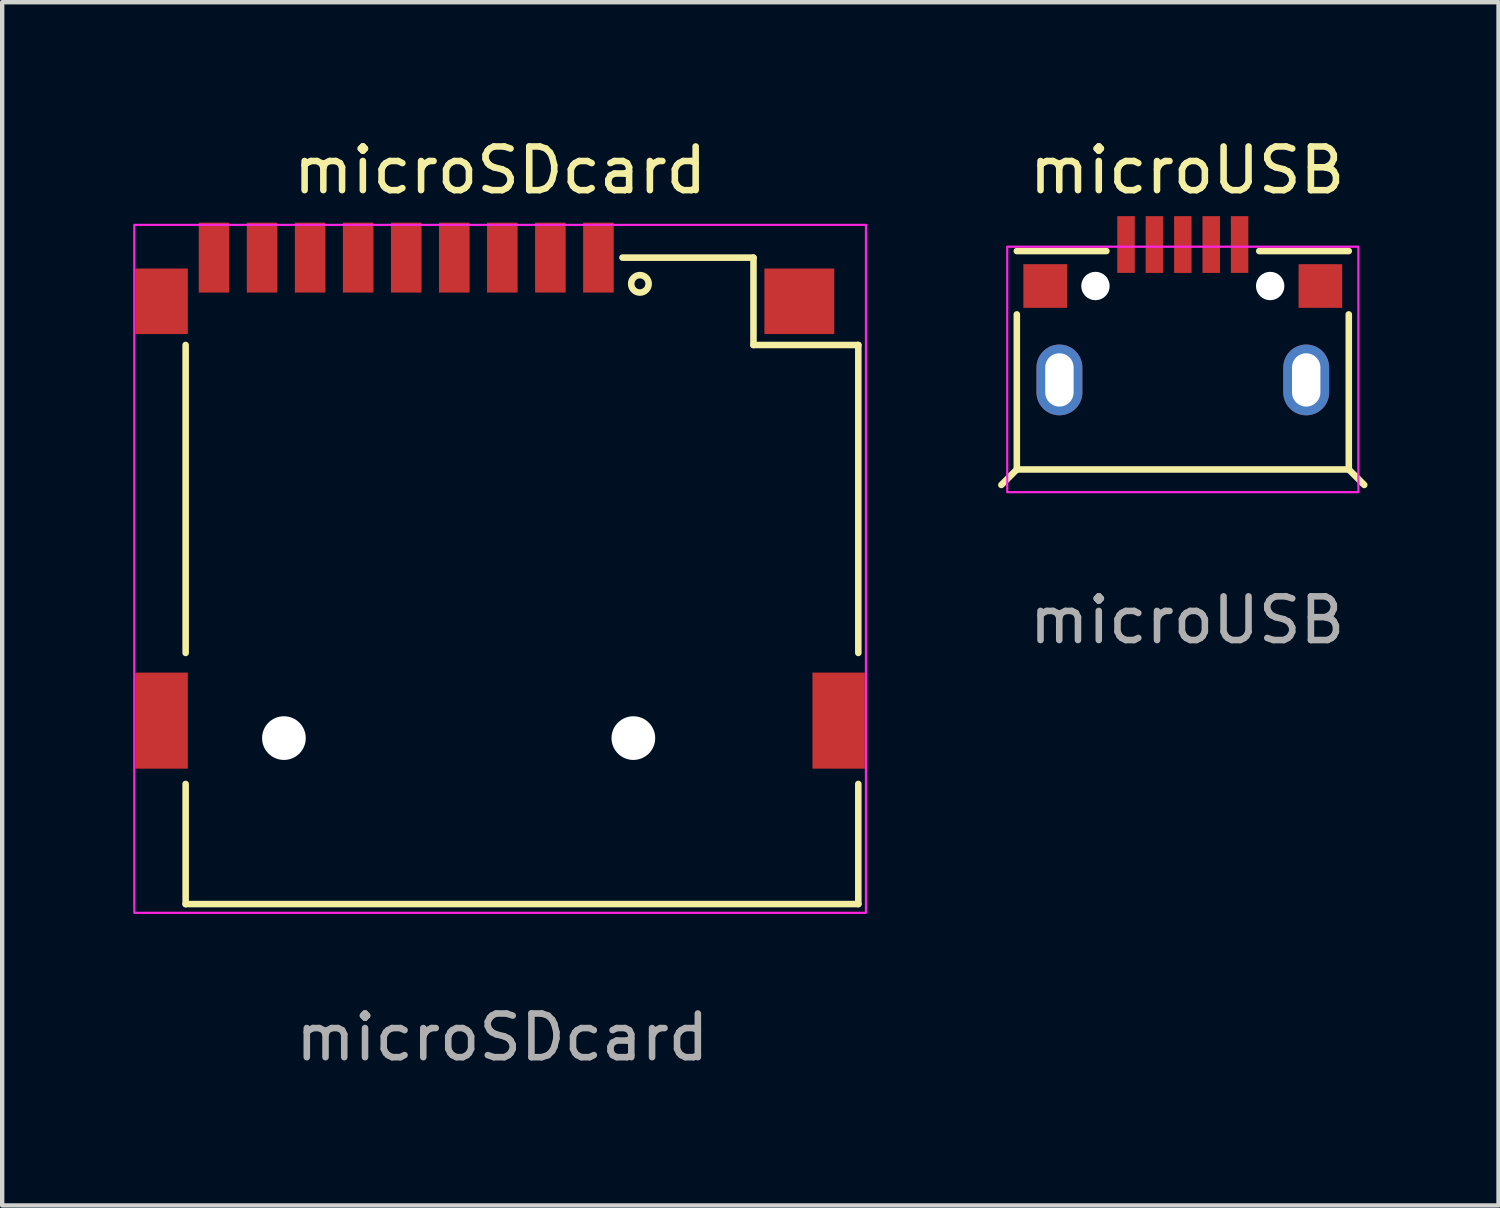
<source format=kicad_pcb>
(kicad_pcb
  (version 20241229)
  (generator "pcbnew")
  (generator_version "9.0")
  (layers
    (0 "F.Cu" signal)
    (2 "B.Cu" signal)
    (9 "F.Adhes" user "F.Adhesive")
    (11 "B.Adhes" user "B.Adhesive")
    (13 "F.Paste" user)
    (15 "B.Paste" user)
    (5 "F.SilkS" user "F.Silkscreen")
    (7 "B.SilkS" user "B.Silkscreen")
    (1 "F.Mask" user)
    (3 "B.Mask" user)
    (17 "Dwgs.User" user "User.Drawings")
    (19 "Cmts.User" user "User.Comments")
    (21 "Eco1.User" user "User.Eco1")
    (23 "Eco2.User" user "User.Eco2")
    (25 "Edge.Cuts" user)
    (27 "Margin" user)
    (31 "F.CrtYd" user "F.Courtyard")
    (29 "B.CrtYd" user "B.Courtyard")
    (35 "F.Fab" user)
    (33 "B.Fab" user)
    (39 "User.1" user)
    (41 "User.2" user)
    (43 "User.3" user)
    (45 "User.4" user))
  (footprint "microUSB"
    (layer "F.Cu")
    (at 24.029 5.648)
    (property "Reference" "microUSB" (at 0.1 -4.8 0) (unlocked yes) (layer "F.SilkS") (effects (font (size 1 1) (thickness 0.15))))
    (attr smd)
    (fp_line (start -3.8 -2.95) (end -1.75 -2.95) (stroke (width 0.15) (type default)) (layer "F.SilkS"))
    (fp_line (start -3.8 -1.5) (end -3.8 2.05) (stroke (width 0.15) (type default)) (layer "F.SilkS"))
    (fp_line (start -3.8 2.05) (end -4.154 2.404) (stroke (width 0.15) (type default)) (layer "F.SilkS"))
    (fp_line (start -3.8 2.05) (end 3.8 2.05) (stroke (width 0.15) (type default)) (layer "F.SilkS"))
    (fp_line (start 3.8 -2.95) (end 1.75 -2.95) (stroke (width 0.15) (type default)) (layer "F.SilkS"))
    (fp_line (start 3.8 -1.5) (end 3.8 2.05) (stroke (width 0.15) (type default)) (layer "F.SilkS"))
    (fp_line (start 3.8 2.05) (end 4.154 2.404) (stroke (width 0.15) (type default)) (layer "F.SilkS"))
    (fp_rect (start -4.02 -3.05) (end 4.02 2.57) (stroke (width 0.05) (type default)) (fill no) (layer "F.CrtYd"))
    (fp_text user "${REFERENCE}" (at 0.1 5.5 0) (unlocked yes) (layer "F.Fab") (effects (font (size 1 1) (thickness 0.15))))
    (pad "" np_thru_hole oval (at -2.825 0) (size 1.05 1.62) (drill oval 0.65 1.22) (layers "*.Cu" "*.Mask"))
    (pad "" np_thru_hole circle (at -2 -2.15) (size 0.65 0.65) (drill 0.65) (layers "*.Cu" "*.Mask"))
    (pad "" np_thru_hole circle (at 2 -2.15) (size 0.65 0.65) (drill 0.65) (layers "*.Cu" "*.Mask"))
    (pad "" np_thru_hole oval (at 2.825 0) (size 1.05 1.62) (drill oval 0.65 1.22) (layers "*.Cu" "*.Mask"))
    (pad "1" smd rect (at -1.3 -3.1) (size 0.4 1.3) (layers "F.Cu" "F.Mask" "F.Paste"))
    (pad "2" smd rect (at -0.65 -3.1) (size 0.4 1.3) (layers "F.Cu" "F.Mask" "F.Paste"))
    (pad "3" smd rect (at 0 -3.1) (size 0.4 1.3) (layers "F.Cu" "F.Mask" "F.Paste"))
    (pad "4" smd rect (at 0.65 -3.1) (size 0.4 1.3) (layers "F.Cu" "F.Mask" "F.Paste"))
    (pad "5" smd rect (at 1.3 -3.1) (size 0.4 1.3) (layers "F.Cu" "F.Mask" "F.Paste"))
    (pad "6" smd rect (at -3.15 -2.15) (size 1 1) (layers "F.Cu" "F.Mask" "F.Paste"))
    (pad "6" smd rect (at 3.15 -2.15) (size 1 1) (layers "F.Cu" "F.Mask" "F.Paste")))
  (footprint "microSDcard"
    (layer "F.Cu")
    (at 8.4 8.148)
    (property "Reference" "microSDcard" (at 0 -7.3 0) (unlocked yes) (layer "F.SilkS") (effects (font (size 1 1) (thickness 0.15))))
    (attr smd)
    (fp_line (start -7.2 3.75) (end -7.2 -3.3) (stroke (width 0.15) (type default)) (layer "F.SilkS"))
    (fp_line (start -7.2 9.5) (end -7.2 6.75) (stroke (width 0.15) (type default)) (layer "F.SilkS"))
    (fp_line (start 2.8 -5.3) (end 5.8 -5.3) (stroke (width 0.15) (type default)) (layer "F.SilkS"))
    (fp_line (start 5.8 -5.3) (end 5.8 -3.3) (stroke (width 0.15) (type default)) (layer "F.SilkS"))
    (fp_line (start 5.8 -3.3) (end 8.2 -3.3) (stroke (width 0.15) (type default)) (layer "F.SilkS"))
    (fp_line (start 8.2 -3.3) (end 8.2 3.75) (stroke (width 0.15) (type default)) (layer "F.SilkS"))
    (fp_line (start 8.2 6.75) (end 8.2 9.5) (stroke (width 0.15) (type default)) (layer "F.SilkS"))
    (fp_line (start 8.2 9.5) (end -7.2 9.5) (stroke (width 0.15) (type default)) (layer "F.SilkS"))
    (fp_circle (center 3.2 -4.7) (end 3.4 -4.7) (stroke (width 0.15) (type default)) (fill no) (layer "F.SilkS"))
    (fp_rect (start -8.375 -6.05) (end 8.375 9.7) (stroke (width 0.05) (type default)) (fill no) (layer "F.CrtYd"))
    (fp_text user "${REFERENCE}" (at 0.05 12.55 0) (unlocked yes) (layer "F.Fab") (effects (font (size 1 1) (thickness 0.15))))
    (pad "" np_thru_hole circle (at -4.95 5.7) (size 1 1) (drill 1) (layers "*.Cu" "*.Mask"))
    (pad "" np_thru_hole circle (at 3.05 5.7) (size 1 1) (drill 1) (layers "*.Cu" "*.Mask"))
    (pad "1" smd rect (at 2.25 -5.3) (size 0.7 1.6) (layers "F.Cu" "F.Mask" "F.Paste"))
    (pad "2" smd rect (at 1.15 -5.3) (size 0.7 1.6) (layers "F.Cu" "F.Mask" "F.Paste"))
    (pad "3" smd rect (at 0.05 -5.3) (size 0.7 1.6) (layers "F.Cu" "F.Mask" "F.Paste"))
    (pad "4" smd rect (at -1.05 -5.3) (size 0.7 1.6) (layers "F.Cu" "F.Mask" "F.Paste"))
    (pad "5" smd rect (at -2.15 -5.3) (size 0.7 1.6) (layers "F.Cu" "F.Mask" "F.Paste"))
    (pad "6" smd rect (at -3.25 -5.3) (size 0.7 1.6) (layers "F.Cu" "F.Mask" "F.Paste"))
    (pad "7" smd rect (at -4.35 -5.3) (size 0.7 1.6) (layers "F.Cu" "F.Mask" "F.Paste"))
    (pad "8" smd rect (at -5.45 -5.3) (size 0.7 1.6) (layers "F.Cu" "F.Mask" "F.Paste"))
    (pad "9" smd rect (at -6.55 -5.3) (size 0.7 1.6) (layers "F.Cu" "F.Mask" "F.Paste"))
    (pad "10" smd rect (at -7.75 -4.3) (size 1.2 1.5) (layers "F.Cu" "F.Mask" "F.Paste"))
    (pad "10" smd rect (at -7.75 5.3) (size 1.2 2.2) (layers "F.Cu" "F.Mask" "F.Paste"))
    (pad "10" smd rect (at 6.85 -4.3) (size 1.6 1.5) (layers "F.Cu" "F.Mask" "F.Paste"))
    (pad "10" smd rect (at 7.75 5.3) (size 1.2 2.2) (layers "F.Cu" "F.Mask" "F.Paste")))
  (gr_rect
    (start -3 -3)
    (end 31.257 24.547)
    (stroke (width 0.1) (type default))
    (fill no)
    (layer "Edge.Cuts")))
</source>
